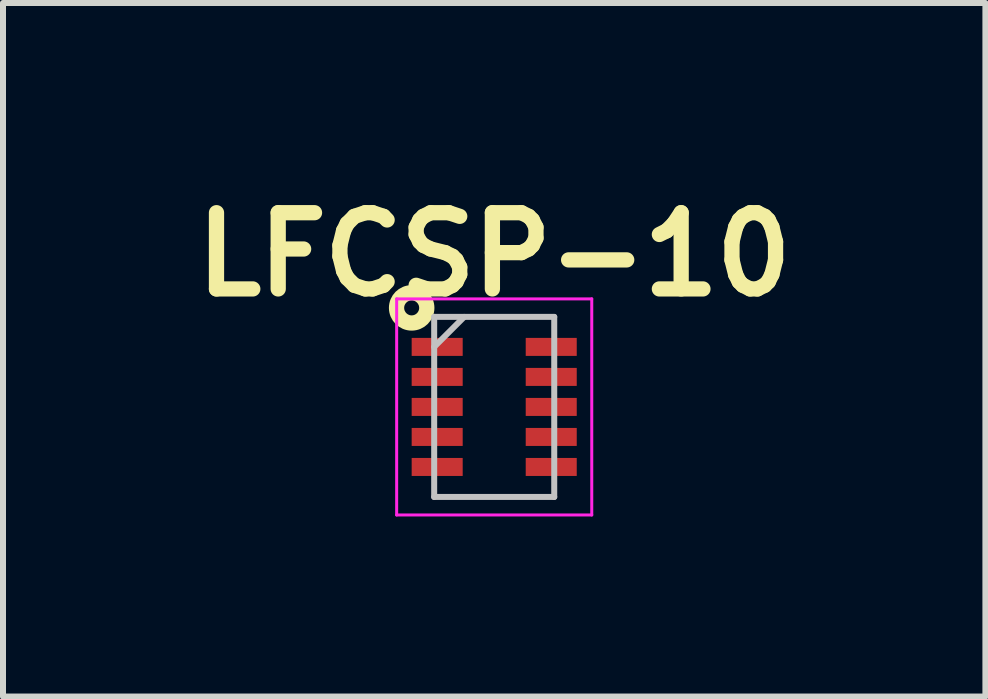
<source format=kicad_pcb>
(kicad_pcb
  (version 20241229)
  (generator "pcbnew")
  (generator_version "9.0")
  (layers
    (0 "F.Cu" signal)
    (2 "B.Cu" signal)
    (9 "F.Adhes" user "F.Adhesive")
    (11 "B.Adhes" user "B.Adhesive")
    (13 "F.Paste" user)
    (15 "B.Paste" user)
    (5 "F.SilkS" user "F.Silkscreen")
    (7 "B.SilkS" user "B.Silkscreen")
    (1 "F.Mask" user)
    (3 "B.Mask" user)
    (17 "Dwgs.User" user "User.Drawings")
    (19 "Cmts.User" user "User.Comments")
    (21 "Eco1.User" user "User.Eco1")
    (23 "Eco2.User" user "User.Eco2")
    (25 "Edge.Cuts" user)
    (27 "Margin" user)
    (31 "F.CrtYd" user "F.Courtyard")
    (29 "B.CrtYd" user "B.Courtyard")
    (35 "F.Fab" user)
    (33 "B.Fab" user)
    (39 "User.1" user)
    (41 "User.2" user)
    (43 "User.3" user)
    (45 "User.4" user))
  (footprint "LFCSP-10"
    (layer "F.Cu")
    (at 5.183 3.729)
    (property "Reference" "LFCSP-10" (at 0 -2.54 0) (layer "F.SilkS") (effects (font (size 1.27 1.27) (thickness 0.254))))
    (attr smd)
    (fp_circle (center -1.375 -1.65) (end -1.25 -1.65) (stroke (width 0.254) (type solid)) (fill no) (layer "F.SilkS"))
    (fp_line (start -1 -1.5) (end 1 -1.5) (stroke (width 0.1) (type solid)) (layer "Dwgs.User"))
    (fp_line (start -1 -1) (end -0.5 -1.5) (stroke (width 0.1) (type solid)) (layer "Dwgs.User"))
    (fp_line (start -1 1.5) (end -1 -1.5) (stroke (width 0.1) (type solid)) (layer "Dwgs.User"))
    (fp_line (start 1 -1.5) (end 1 1.5) (stroke (width 0.1) (type solid)) (layer "Dwgs.User"))
    (fp_line (start 1 1.5) (end -1 1.5) (stroke (width 0.1) (type solid)) (layer "Dwgs.User"))
    (fp_line (start -1.625 -1.8) (end 1.625 -1.8) (stroke (width 0.05) (type solid)) (layer "F.CrtYd"))
    (fp_line (start -1.625 1.8) (end -1.625 -1.8) (stroke (width 0.05) (type solid)) (layer "F.CrtYd"))
    (fp_line (start 1.625 -1.8) (end 1.625 1.8) (stroke (width 0.05) (type solid)) (layer "F.CrtYd"))
    (fp_line (start 1.625 1.8) (end -1.625 1.8) (stroke (width 0.05) (type solid)) (layer "F.CrtYd"))
    (pad "1" smd rect (at -0.95 -1 90) (size 0.3 0.85) (layers "F.Cu" "F.Mask" "F.Paste"))
    (pad "2" smd rect (at -0.95 -0.5 90) (size 0.3 0.85) (layers "F.Cu" "F.Mask" "F.Paste"))
    (pad "3" smd rect (at -0.95 0 90) (size 0.3 0.85) (layers "F.Cu" "F.Mask" "F.Paste"))
    (pad "4" smd rect (at -0.95 0.5 90) (size 0.3 0.85) (layers "F.Cu" "F.Mask" "F.Paste"))
    (pad "5" smd rect (at -0.95 1 90) (size 0.3 0.85) (layers "F.Cu" "F.Mask" "F.Paste"))
    (pad "6" smd rect (at 0.95 1 90) (size 0.3 0.85) (layers "F.Cu" "F.Mask" "F.Paste"))
    (pad "7" smd rect (at 0.95 0.5 90) (size 0.3 0.85) (layers "F.Cu" "F.Mask" "F.Paste"))
    (pad "8" smd rect (at 0.95 0 90) (size 0.3 0.85) (layers "F.Cu" "F.Mask" "F.Paste"))
    (pad "9" smd rect (at 0.95 -0.5 90) (size 0.3 0.85) (layers "F.Cu" "F.Mask" "F.Paste"))
    (pad "10" smd rect (at 0.95 -1 90) (size 0.3 0.85) (layers "F.Cu" "F.Mask" "F.Paste")))
  (gr_rect
    (start -3 -3)
    (end 13.366 8.554)
    (stroke (width 0.1) (type default))
    (fill no)
    (layer "Edge.Cuts")))
</source>
